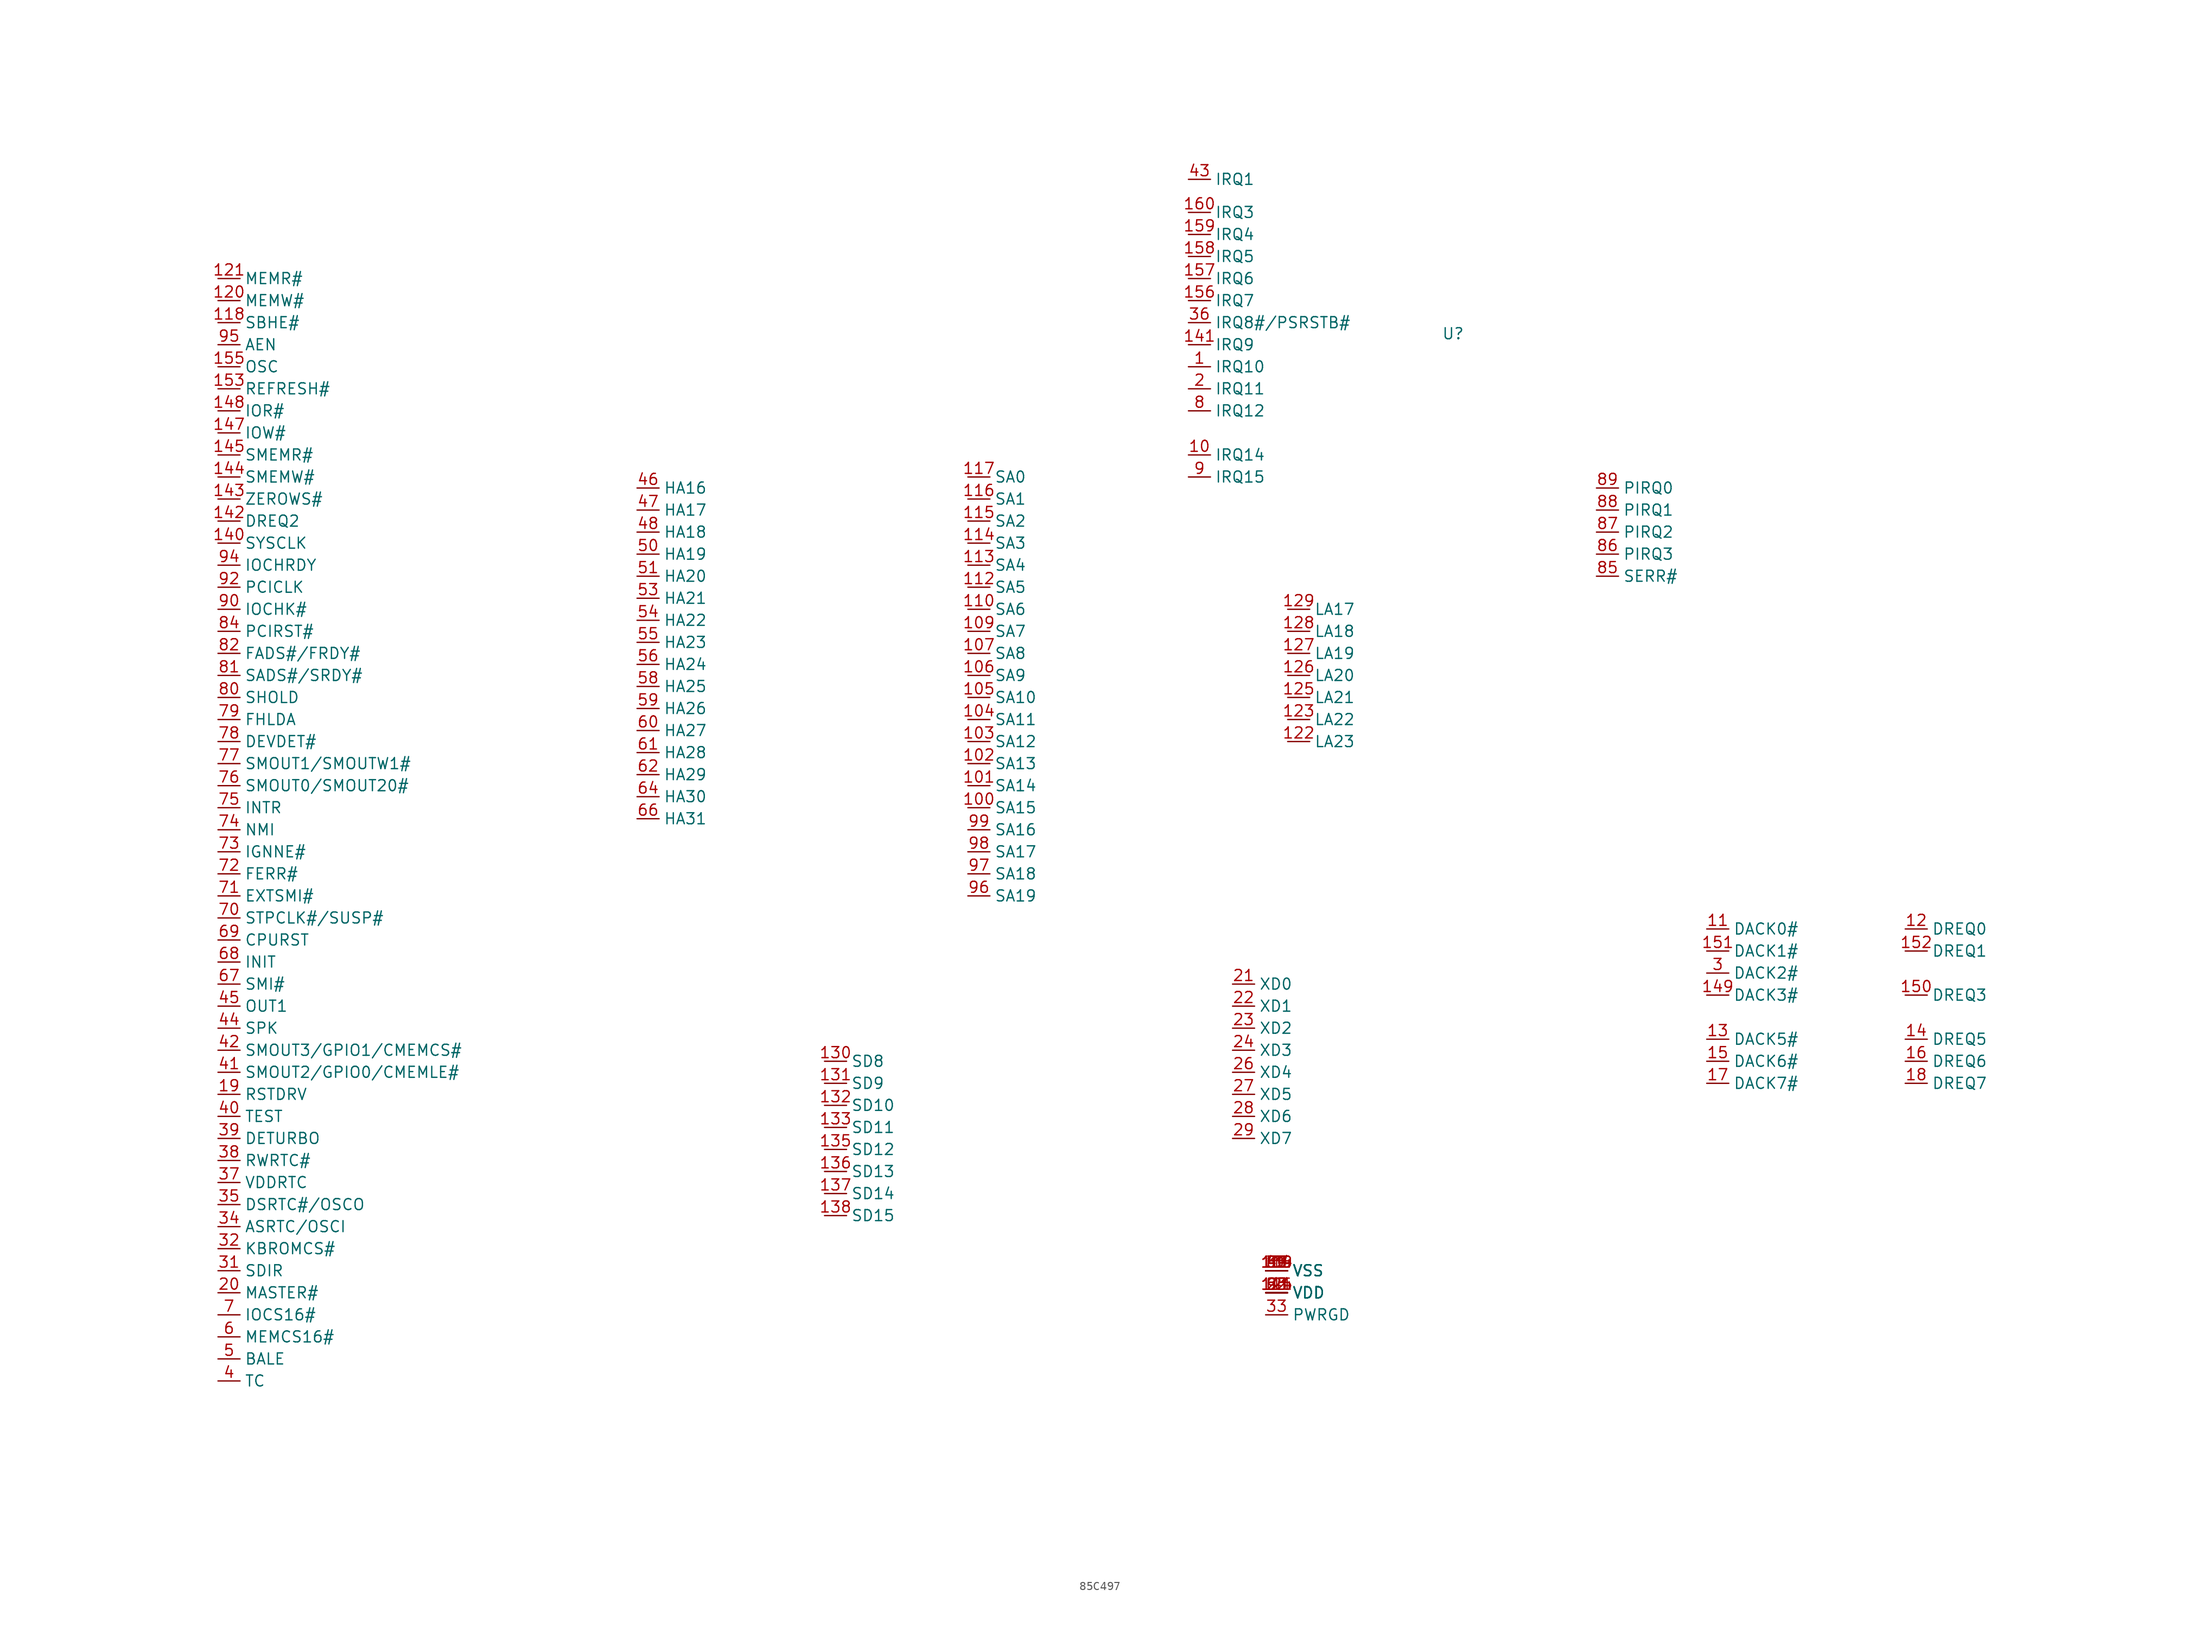
<source format=kicad_sym>
(kicad_symbol_lib
  (version 20241209)
  (generator "kicad_symbol_editor")
  (generator_version "9.0")
  (symbol "85C497"
    (property "Reference" "U"
      (at 142.24 128.27 0)
      (effects (font (size 1.27 1.27))))
    (property "Value" ""
      (at 0 0 0)
      (effects (font (size 1.27 1.27))))
    (symbol "85C497_0_0"
      (pin unspecified line (at 0 134.62 0) (length 2.54) (name "MEMR#" (effects (font (size 1.27 1.27)))) (number "121" (effects (font (size 1.27 1.27)))))
      (pin unspecified line (at 0 132.08 0) (length 2.54) (name "MEMW#" (effects (font (size 1.27 1.27)))) (number "120" (effects (font (size 1.27 1.27)))))
      (pin unspecified line (at 0 129.54 0) (length 2.54) (name "SBHE#" (effects (font (size 1.27 1.27)))) (number "118" (effects (font (size 1.27 1.27)))))
      (pin unspecified line (at 0 127 0) (length 2.54) (name "AEN" (effects (font (size 1.27 1.27)))) (number "95" (effects (font (size 1.27 1.27)))))
      (pin unspecified line (at 0 124.46 0) (length 2.54) (name "OSC" (effects (font (size 1.27 1.27)))) (number "155" (effects (font (size 1.27 1.27)))))
      (pin unspecified line (at 0 121.92 0) (length 2.54) (name "REFRESH#" (effects (font (size 1.27 1.27)))) (number "153" (effects (font (size 1.27 1.27)))))
      (pin unspecified line (at 0 119.38 0) (length 2.54) (name "IOR#" (effects (font (size 1.27 1.27)))) (number "148" (effects (font (size 1.27 1.27)))))
      (pin unspecified line (at 0 116.84 0) (length 2.54) (name "IOW#" (effects (font (size 1.27 1.27)))) (number "147" (effects (font (size 1.27 1.27)))))
      (pin unspecified line (at 0 114.3 0) (length 2.54) (name "SMEMR#" (effects (font (size 1.27 1.27)))) (number "145" (effects (font (size 1.27 1.27)))))
      (pin unspecified line (at 0 111.76 0) (length 2.54) (name "SMEMW#" (effects (font (size 1.27 1.27)))) (number "144" (effects (font (size 1.27 1.27)))))
      (pin unspecified line (at 0 109.22 0) (length 2.54) (name "ZEROWS#" (effects (font (size 1.27 1.27)))) (number "143" (effects (font (size 1.27 1.27)))))
      (pin unspecified line (at 0 106.68 0) (length 2.54) (name "DREQ2" (effects (font (size 1.27 1.27)))) (number "142" (effects (font (size 1.27 1.27)))))
      (pin unspecified line (at 0 104.14 0) (length 2.54) (name "SYSCLK" (effects (font (size 1.27 1.27)))) (number "140" (effects (font (size 1.27 1.27)))))
      (pin unspecified line (at 0 101.6 0) (length 2.54) (name "IOCHRDY" (effects (font (size 1.27 1.27)))) (number "94" (effects (font (size 1.27 1.27)))))
      (pin unspecified line (at 0 99.06 0) (length 2.54) (name "PCICLK" (effects (font (size 1.27 1.27)))) (number "92" (effects (font (size 1.27 1.27)))))
      (pin unspecified line (at 0 96.52 0) (length 2.54) (name "IOCHK#" (effects (font (size 1.27 1.27)))) (number "90" (effects (font (size 1.27 1.27)))))
      (pin unspecified line (at 0 93.98 0) (length 2.54) (name "PCIRST#" (effects (font (size 1.27 1.27)))) (number "84" (effects (font (size 1.27 1.27)))))
      (pin unspecified line (at 0 91.44 0) (length 2.54) (name "FADS#/FRDY#" (effects (font (size 1.27 1.27)))) (number "82" (effects (font (size 1.27 1.27)))))
      (pin unspecified line (at 0 88.9 0) (length 2.54) (name "SADS#/SRDY#" (effects (font (size 1.27 1.27)))) (number "81" (effects (font (size 1.27 1.27)))))
      (pin unspecified line (at 0 86.36 0) (length 2.54) (name "SHOLD" (effects (font (size 1.27 1.27)))) (number "80" (effects (font (size 1.27 1.27)))))
      (pin unspecified line (at 0 83.82 0) (length 2.54) (name "FHLDA" (effects (font (size 1.27 1.27)))) (number "79" (effects (font (size 1.27 1.27)))))
      (pin unspecified line (at 0 81.28 0) (length 2.54) (name "DEVDET#" (effects (font (size 1.27 1.27)))) (number "78" (effects (font (size 1.27 1.27)))))
      (pin unspecified line (at 0 78.74 0) (length 2.54) (name "SMOUT1/SMOUTW1#" (effects (font (size 1.27 1.27)))) (number "77" (effects (font (size 1.27 1.27)))))
      (pin unspecified line (at 0 76.2 0) (length 2.54) (name "SMOUT0/SMOUT20#" (effects (font (size 1.27 1.27)))) (number "76" (effects (font (size 1.27 1.27)))))
      (pin unspecified line (at 0 73.66 0) (length 2.54) (name "INTR" (effects (font (size 1.27 1.27)))) (number "75" (effects (font (size 1.27 1.27)))))
      (pin unspecified line (at 0 71.12 0) (length 2.54) (name "NMI" (effects (font (size 1.27 1.27)))) (number "74" (effects (font (size 1.27 1.27)))))
      (pin unspecified line (at 0 68.58 0) (length 2.54) (name "IGNNE#" (effects (font (size 1.27 1.27)))) (number "73" (effects (font (size 1.27 1.27)))))
      (pin unspecified line (at 0 66.04 0) (length 2.54) (name "FERR#" (effects (font (size 1.27 1.27)))) (number "72" (effects (font (size 1.27 1.27)))))
      (pin unspecified line (at 0 63.5 0) (length 2.54) (name "EXTSMI#" (effects (font (size 1.27 1.27)))) (number "71" (effects (font (size 1.27 1.27)))))
      (pin unspecified line (at 0 60.96 0) (length 2.54) (name "STPCLK#/SUSP#" (effects (font (size 1.27 1.27)))) (number "70" (effects (font (size 1.27 1.27)))))
      (pin unspecified line (at 0 58.42 0) (length 2.54) (name "CPURST" (effects (font (size 1.27 1.27)))) (number "69" (effects (font (size 1.27 1.27)))))
      (pin unspecified line (at 0 55.88 0) (length 2.54) (name "INIT" (effects (font (size 1.27 1.27)))) (number "68" (effects (font (size 1.27 1.27)))))
      (pin unspecified line (at 0 53.34 0) (length 2.54) (name "SMI#" (effects (font (size 1.27 1.27)))) (number "67" (effects (font (size 1.27 1.27)))))
      (pin unspecified line (at 0 50.8 0) (length 2.54) (name "OUT1" (effects (font (size 1.27 1.27)))) (number "45" (effects (font (size 1.27 1.27)))))
      (pin unspecified line (at 0 48.26 0) (length 2.54) (name "SPK" (effects (font (size 1.27 1.27)))) (number "44" (effects (font (size 1.27 1.27)))))
      (pin unspecified line (at 0 45.72 0) (length 2.54) (name "SMOUT3/GPIO1/CMEMCS#" (effects (font (size 1.27 1.27)))) (number "42" (effects (font (size 1.27 1.27)))))
      (pin unspecified line (at 0 43.18 0) (length 2.54) (name "SMOUT2/GPIO0/CMEMLE#" (effects (font (size 1.27 1.27)))) (number "41" (effects (font (size 1.27 1.27)))))
      (pin unspecified line (at 0 40.64 0) (length 2.54) (name "RSTDRV" (effects (font (size 1.27 1.27)))) (number "19" (effects (font (size 1.27 1.27)))))
      (pin unspecified line (at 0 38.1 0) (length 2.54) (name "TEST" (effects (font (size 1.27 1.27)))) (number "40" (effects (font (size 1.27 1.27)))))
      (pin unspecified line (at 0 35.56 0) (length 2.54) (name "DETURBO" (effects (font (size 1.27 1.27)))) (number "39" (effects (font (size 1.27 1.27)))))
      (pin unspecified line (at 0 33.02 0) (length 2.54) (name "RWRTC#" (effects (font (size 1.27 1.27)))) (number "38" (effects (font (size 1.27 1.27)))))
      (pin unspecified line (at 0 30.48 0) (length 2.54) (name "VDDRTC" (effects (font (size 1.27 1.27)))) (number "37" (effects (font (size 1.27 1.27)))))
      (pin unspecified line (at 0 27.94 0) (length 2.54) (name "DSRTC#/OSCO" (effects (font (size 1.27 1.27)))) (number "35" (effects (font (size 1.27 1.27)))))
      (pin unspecified line (at 0 25.4 0) (length 2.54) (name "ASRTC/OSCI" (effects (font (size 1.27 1.27)))) (number "34" (effects (font (size 1.27 1.27)))))
      (pin unspecified line (at 0 22.86 0) (length 2.54) (name "KBROMCS#" (effects (font (size 1.27 1.27)))) (number "32" (effects (font (size 1.27 1.27)))))
      (pin unspecified line (at 0 20.32 0) (length 2.54) (name "SDIR" (effects (font (size 1.27 1.27)))) (number "31" (effects (font (size 1.27 1.27)))))
      (pin unspecified line (at 0 17.78 0) (length 2.54) (name "MASTER#" (effects (font (size 1.27 1.27)))) (number "20" (effects (font (size 1.27 1.27)))))
      (pin unspecified line (at 0 15.24 0) (length 2.54) (name "IOCS16#" (effects (font (size 1.27 1.27)))) (number "7" (effects (font (size 1.27 1.27)))))
      (pin unspecified line (at 0 12.7 0) (length 2.54) (name "MEMCS16#" (effects (font (size 1.27 1.27)))) (number "6" (effects (font (size 1.27 1.27)))))
      (pin unspecified line (at 0 10.16 0) (length 2.54) (name "BALE" (effects (font (size 1.27 1.27)))) (number "5" (effects (font (size 1.27 1.27)))))
      (pin unspecified line (at 0 7.62 0) (length 2.54) (name "TC" (effects (font (size 1.27 1.27)))) (number "4" (effects (font (size 1.27 1.27)))))
      (pin unspecified line (at 48.26 110.49 0) (length 2.54) (name "HA16" (effects (font (size 1.27 1.27)))) (number "46" (effects (font (size 1.27 1.27)))))
      (pin unspecified line (at 48.26 107.95 0) (length 2.54) (name "HA17" (effects (font (size 1.27 1.27)))) (number "47" (effects (font (size 1.27 1.27)))))
      (pin unspecified line (at 48.26 105.41 0) (length 2.54) (name "HA18" (effects (font (size 1.27 1.27)))) (number "48" (effects (font (size 1.27 1.27)))))
      (pin unspecified line (at 48.26 102.87 0) (length 2.54) (name "HA19" (effects (font (size 1.27 1.27)))) (number "50" (effects (font (size 1.27 1.27)))))
      (pin unspecified line (at 48.26 100.33 0) (length 2.54) (name "HA20" (effects (font (size 1.27 1.27)))) (number "51" (effects (font (size 1.27 1.27)))))
      (pin unspecified line (at 48.26 97.79 0) (length 2.54) (name "HA21" (effects (font (size 1.27 1.27)))) (number "53" (effects (font (size 1.27 1.27)))))
      (pin unspecified line (at 48.26 95.25 0) (length 2.54) (name "HA22" (effects (font (size 1.27 1.27)))) (number "54" (effects (font (size 1.27 1.27)))))
      (pin unspecified line (at 48.26 92.71 0) (length 2.54) (name "HA23" (effects (font (size 1.27 1.27)))) (number "55" (effects (font (size 1.27 1.27)))))
      (pin unspecified line (at 48.26 90.17 0) (length 2.54) (name "HA24" (effects (font (size 1.27 1.27)))) (number "56" (effects (font (size 1.27 1.27)))))
      (pin unspecified line (at 48.26 87.63 0) (length 2.54) (name "HA25" (effects (font (size 1.27 1.27)))) (number "58" (effects (font (size 1.27 1.27)))))
      (pin unspecified line (at 48.26 85.09 0) (length 2.54) (name "HA26" (effects (font (size 1.27 1.27)))) (number "59" (effects (font (size 1.27 1.27)))))
      (pin unspecified line (at 48.26 82.55 0) (length 2.54) (name "HA27" (effects (font (size 1.27 1.27)))) (number "60" (effects (font (size 1.27 1.27)))))
      (pin unspecified line (at 48.26 80.01 0) (length 2.54) (name "HA28" (effects (font (size 1.27 1.27)))) (number "61" (effects (font (size 1.27 1.27)))))
      (pin unspecified line (at 48.26 77.47 0) (length 2.54) (name "HA29" (effects (font (size 1.27 1.27)))) (number "62" (effects (font (size 1.27 1.27)))))
      (pin unspecified line (at 48.26 74.93 0) (length 2.54) (name "HA30" (effects (font (size 1.27 1.27)))) (number "64" (effects (font (size 1.27 1.27)))))
      (pin unspecified line (at 48.26 72.39 0) (length 2.54) (name "HA31" (effects (font (size 1.27 1.27)))) (number "66" (effects (font (size 1.27 1.27)))))
      (pin unspecified line (at 69.85 44.45 0) (length 2.54) (name "SD8" (effects (font (size 1.27 1.27)))) (number "130" (effects (font (size 1.27 1.27)))))
      (pin unspecified line (at 69.85 41.91 0) (length 2.54) (name "SD9" (effects (font (size 1.27 1.27)))) (number "131" (effects (font (size 1.27 1.27)))))
      (pin unspecified line (at 69.85 39.37 0) (length 2.54) (name "SD10" (effects (font (size 1.27 1.27)))) (number "132" (effects (font (size 1.27 1.27)))))
      (pin unspecified line (at 69.85 36.83 0) (length 2.54) (name "SD11" (effects (font (size 1.27 1.27)))) (number "133" (effects (font (size 1.27 1.27)))))
      (pin unspecified line (at 69.85 34.29 0) (length 2.54) (name "SD12" (effects (font (size 1.27 1.27)))) (number "135" (effects (font (size 1.27 1.27)))))
      (pin unspecified line (at 69.85 31.75 0) (length 2.54) (name "SD13" (effects (font (size 1.27 1.27)))) (number "136" (effects (font (size 1.27 1.27)))))
      (pin unspecified line (at 69.85 29.21 0) (length 2.54) (name "SD14" (effects (font (size 1.27 1.27)))) (number "137" (effects (font (size 1.27 1.27)))))
      (pin unspecified line (at 69.85 26.67 0) (length 2.54) (name "SD15" (effects (font (size 1.27 1.27)))) (number "138" (effects (font (size 1.27 1.27)))))
      (pin unspecified line (at 86.36 111.76 0) (length 2.54) (name "SA0" (effects (font (size 1.27 1.27)))) (number "117" (effects (font (size 1.27 1.27)))))
      (pin unspecified line (at 86.36 109.22 0) (length 2.54) (name "SA1" (effects (font (size 1.27 1.27)))) (number "116" (effects (font (size 1.27 1.27)))))
      (pin unspecified line (at 86.36 106.68 0) (length 2.54) (name "SA2" (effects (font (size 1.27 1.27)))) (number "115" (effects (font (size 1.27 1.27)))))
      (pin unspecified line (at 86.36 104.14 0) (length 2.54) (name "SA3" (effects (font (size 1.27 1.27)))) (number "114" (effects (font (size 1.27 1.27)))))
      (pin unspecified line (at 86.36 101.6 0) (length 2.54) (name "SA4" (effects (font (size 1.27 1.27)))) (number "113" (effects (font (size 1.27 1.27)))))
      (pin unspecified line (at 86.36 99.06 0) (length 2.54) (name "SA5" (effects (font (size 1.27 1.27)))) (number "112" (effects (font (size 1.27 1.27)))))
      (pin unspecified line (at 86.36 96.52 0) (length 2.54) (name "SA6" (effects (font (size 1.27 1.27)))) (number "110" (effects (font (size 1.27 1.27)))))
      (pin unspecified line (at 86.36 93.98 0) (length 2.54) (name "SA7" (effects (font (size 1.27 1.27)))) (number "109" (effects (font (size 1.27 1.27)))))
      (pin unspecified line (at 86.36 91.44 0) (length 2.54) (name "SA8" (effects (font (size 1.27 1.27)))) (number "107" (effects (font (size 1.27 1.27)))))
      (pin unspecified line (at 86.36 88.9 0) (length 2.54) (name "SA9" (effects (font (size 1.27 1.27)))) (number "106" (effects (font (size 1.27 1.27)))))
      (pin unspecified line (at 86.36 86.36 0) (length 2.54) (name "SA10" (effects (font (size 1.27 1.27)))) (number "105" (effects (font (size 1.27 1.27)))))
      (pin unspecified line (at 86.36 83.82 0) (length 2.54) (name "SA11" (effects (font (size 1.27 1.27)))) (number "104" (effects (font (size 1.27 1.27)))))
      (pin unspecified line (at 86.36 81.28 0) (length 2.54) (name "SA12" (effects (font (size 1.27 1.27)))) (number "103" (effects (font (size 1.27 1.27)))))
      (pin unspecified line (at 86.36 78.74 0) (length 2.54) (name "SA13" (effects (font (size 1.27 1.27)))) (number "102" (effects (font (size 1.27 1.27)))))
      (pin unspecified line (at 86.36 76.2 0) (length 2.54) (name "SA14" (effects (font (size 1.27 1.27)))) (number "101" (effects (font (size 1.27 1.27)))))
      (pin unspecified line (at 86.36 73.66 0) (length 2.54) (name "SA15" (effects (font (size 1.27 1.27)))) (number "100" (effects (font (size 1.27 1.27)))))
      (pin unspecified line (at 86.36 71.12 0) (length 2.54) (name "SA16" (effects (font (size 1.27 1.27)))) (number "99" (effects (font (size 1.27 1.27)))))
      (pin unspecified line (at 86.36 68.58 0) (length 2.54) (name "SA17" (effects (font (size 1.27 1.27)))) (number "98" (effects (font (size 1.27 1.27)))))
      (pin unspecified line (at 86.36 66.04 0) (length 2.54) (name "SA18" (effects (font (size 1.27 1.27)))) (number "97" (effects (font (size 1.27 1.27)))))
      (pin unspecified line (at 86.36 63.5 0) (length 2.54) (name "SA19" (effects (font (size 1.27 1.27)))) (number "96" (effects (font (size 1.27 1.27)))))
      (pin unspecified line (at 111.76 146.05 0) (length 2.54) (name "IRQ1" (effects (font (size 1.27 1.27)))) (number "43" (effects (font (size 1.27 1.27)))))
      (pin unspecified line (at 111.76 142.24 0) (length 2.54) (name "IRQ3" (effects (font (size 1.27 1.27)))) (number "160" (effects (font (size 1.27 1.27)))))
      (pin unspecified line (at 111.76 139.7 0) (length 2.54) (name "IRQ4" (effects (font (size 1.27 1.27)))) (number "159" (effects (font (size 1.27 1.27)))))
      (pin unspecified line (at 111.76 137.16 0) (length 2.54) (name "IRQ5" (effects (font (size 1.27 1.27)))) (number "158" (effects (font (size 1.27 1.27)))))
      (pin unspecified line (at 111.76 134.62 0) (length 2.54) (name "IRQ6" (effects (font (size 1.27 1.27)))) (number "157" (effects (font (size 1.27 1.27)))))
      (pin unspecified line (at 111.76 132.08 0) (length 2.54) (name "IRQ7" (effects (font (size 1.27 1.27)))) (number "156" (effects (font (size 1.27 1.27)))))
      (pin unspecified line (at 111.76 129.54 0) (length 2.54) (name "IRQ8#/PSRSTB#" (effects (font (size 1.27 1.27)))) (number "36" (effects (font (size 1.27 1.27)))))
      (pin unspecified line (at 111.76 127 0) (length 2.54) (name "IRQ9" (effects (font (size 1.27 1.27)))) (number "141" (effects (font (size 1.27 1.27)))))
      (pin unspecified line (at 111.76 124.46 0) (length 2.54) (name "IRQ10" (effects (font (size 1.27 1.27)))) (number "1" (effects (font (size 1.27 1.27)))))
      (pin unspecified line (at 111.76 121.92 0) (length 2.54) (name "IRQ11" (effects (font (size 1.27 1.27)))) (number "2" (effects (font (size 1.27 1.27)))))
      (pin unspecified line (at 111.76 119.38 0) (length 2.54) (name "IRQ12" (effects (font (size 1.27 1.27)))) (number "8" (effects (font (size 1.27 1.27)))))
      (pin unspecified line (at 111.76 114.3 0) (length 2.54) (name "IRQ14" (effects (font (size 1.27 1.27)))) (number "10" (effects (font (size 1.27 1.27)))))
      (pin unspecified line (at 111.76 111.76 0) (length 2.54) (name "IRQ15" (effects (font (size 1.27 1.27)))) (number "9" (effects (font (size 1.27 1.27)))))
      (pin unspecified line (at 116.84 53.34 0) (length 2.54) (name "XD0" (effects (font (size 1.27 1.27)))) (number "21" (effects (font (size 1.27 1.27)))))
      (pin unspecified line (at 116.84 50.8 0) (length 2.54) (name "XD1" (effects (font (size 1.27 1.27)))) (number "22" (effects (font (size 1.27 1.27)))))
      (pin unspecified line (at 116.84 48.26 0) (length 2.54) (name "XD2" (effects (font (size 1.27 1.27)))) (number "23" (effects (font (size 1.27 1.27)))))
      (pin unspecified line (at 116.84 45.72 0) (length 2.54) (name "XD3" (effects (font (size 1.27 1.27)))) (number "24" (effects (font (size 1.27 1.27)))))
      (pin unspecified line (at 116.84 43.18 0) (length 2.54) (name "XD4" (effects (font (size 1.27 1.27)))) (number "26" (effects (font (size 1.27 1.27)))))
      (pin unspecified line (at 116.84 40.64 0) (length 2.54) (name "XD5" (effects (font (size 1.27 1.27)))) (number "27" (effects (font (size 1.27 1.27)))))
      (pin unspecified line (at 116.84 38.1 0) (length 2.54) (name "XD6" (effects (font (size 1.27 1.27)))) (number "28" (effects (font (size 1.27 1.27)))))
      (pin unspecified line (at 116.84 35.56 0) (length 2.54) (name "XD7" (effects (font (size 1.27 1.27)))) (number "29" (effects (font (size 1.27 1.27)))))
      (pin unspecified line (at 120.65 20.32 0) (length 2.54) (name "VSS" (effects (font (size 1.27 1.27)))) (number "108" (effects (font (size 1.27 1.27)))))
      (pin unspecified line (at 120.65 20.32 0) (length 2.54) (name "VSS" (effects (font (size 1.27 1.27)))) (number "119" (effects (font (size 1.27 1.27)))))
      (pin unspecified line (at 120.65 20.32 0) (length 2.54) (name "VSS" (effects (font (size 1.27 1.27)))) (number "134" (effects (font (size 1.27 1.27)))))
      (pin unspecified line (at 120.65 20.32 0) (length 2.54) (name "VSS" (effects (font (size 1.27 1.27)))) (number "139" (effects (font (size 1.27 1.27)))))
      (pin unspecified line (at 120.65 20.32 0) (length 2.54) (name "VSS" (effects (font (size 1.27 1.27)))) (number "154" (effects (font (size 1.27 1.27)))))
      (pin unspecified line (at 120.65 20.32 0) (length 2.54) (name "VSS" (effects (font (size 1.27 1.27)))) (number "30" (effects (font (size 1.27 1.27)))))
      (pin unspecified line (at 120.65 20.32 0) (length 2.54) (name "VSS" (effects (font (size 1.27 1.27)))) (number "49" (effects (font (size 1.27 1.27)))))
      (pin unspecified line (at 120.65 20.32 0) (length 2.54) (name "VSS" (effects (font (size 1.27 1.27)))) (number "57" (effects (font (size 1.27 1.27)))))
      (pin unspecified line (at 120.65 20.32 0) (length 2.54) (name "VSS" (effects (font (size 1.27 1.27)))) (number "65" (effects (font (size 1.27 1.27)))))
      (pin unspecified line (at 120.65 20.32 0) (length 2.54) (name "VSS" (effects (font (size 1.27 1.27)))) (number "83" (effects (font (size 1.27 1.27)))))
      (pin unspecified line (at 120.65 20.32 0) (length 2.54) (name "VSS" (effects (font (size 1.27 1.27)))) (number "91" (effects (font (size 1.27 1.27)))))
      (pin unspecified line (at 120.65 17.78 0) (length 2.54) (name "VDD" (effects (font (size 1.27 1.27)))) (number "111" (effects (font (size 1.27 1.27)))))
      (pin unspecified line (at 120.65 17.78 0) (length 2.54) (name "VDD" (effects (font (size 1.27 1.27)))) (number "124" (effects (font (size 1.27 1.27)))))
      (pin unspecified line (at 120.65 17.78 0) (length 2.54) (name "VDD" (effects (font (size 1.27 1.27)))) (number "146" (effects (font (size 1.27 1.27)))))
      (pin unspecified line (at 120.65 17.78 0) (length 2.54) (name "VDD" (effects (font (size 1.27 1.27)))) (number "25" (effects (font (size 1.27 1.27)))))
      (pin unspecified line (at 120.65 17.78 0) (length 2.54) (name "VDD" (effects (font (size 1.27 1.27)))) (number "52" (effects (font (size 1.27 1.27)))))
      (pin unspecified line (at 120.65 17.78 0) (length 2.54) (name "VDD" (effects (font (size 1.27 1.27)))) (number "63" (effects (font (size 1.27 1.27)))))
      (pin unspecified line (at 120.65 17.78 0) (length 2.54) (name "VDD" (effects (font (size 1.27 1.27)))) (number "93" (effects (font (size 1.27 1.27)))))
      (pin unspecified line (at 120.65 15.24 0) (length 2.54) (name "PWRGD" (effects (font (size 1.27 1.27)))) (number "33" (effects (font (size 1.27 1.27)))))
      (pin unspecified line (at 123.19 96.52 0) (length 2.54) (name "LA17" (effects (font (size 1.27 1.27)))) (number "129" (effects (font (size 1.27 1.27)))))
      (pin unspecified line (at 123.19 93.98 0) (length 2.54) (name "LA18" (effects (font (size 1.27 1.27)))) (number "128" (effects (font (size 1.27 1.27)))))
      (pin unspecified line (at 123.19 91.44 0) (length 2.54) (name "LA19" (effects (font (size 1.27 1.27)))) (number "127" (effects (font (size 1.27 1.27)))))
      (pin unspecified line (at 123.19 88.9 0) (length 2.54) (name "LA20" (effects (font (size 1.27 1.27)))) (number "126" (effects (font (size 1.27 1.27)))))
      (pin unspecified line (at 123.19 86.36 0) (length 2.54) (name "LA21" (effects (font (size 1.27 1.27)))) (number "125" (effects (font (size 1.27 1.27)))))
      (pin unspecified line (at 123.19 83.82 0) (length 2.54) (name "LA22" (effects (font (size 1.27 1.27)))) (number "123" (effects (font (size 1.27 1.27)))))
      (pin unspecified line (at 123.19 81.28 0) (length 2.54) (name "LA23" (effects (font (size 1.27 1.27)))) (number "122" (effects (font (size 1.27 1.27)))))
      (pin unspecified line (at 158.75 110.49 0) (length 2.54) (name "PIRQ0" (effects (font (size 1.27 1.27)))) (number "89" (effects (font (size 1.27 1.27)))))
      (pin unspecified line (at 158.75 107.95 0) (length 2.54) (name "PIRQ1" (effects (font (size 1.27 1.27)))) (number "88" (effects (font (size 1.27 1.27)))))
      (pin unspecified line (at 158.75 105.41 0) (length 2.54) (name "PIRQ2" (effects (font (size 1.27 1.27)))) (number "87" (effects (font (size 1.27 1.27)))))
      (pin unspecified line (at 158.75 102.87 0) (length 2.54) (name "PIRQ3" (effects (font (size 1.27 1.27)))) (number "86" (effects (font (size 1.27 1.27)))))
      (pin unspecified line (at 158.75 100.33 0) (length 2.54) (name "SERR#" (effects (font (size 1.27 1.27)))) (number "85" (effects (font (size 1.27 1.27)))))
      (pin unspecified line (at 171.45 59.69 0) (length 2.54) (name "DACK0#" (effects (font (size 1.27 1.27)))) (number "11" (effects (font (size 1.27 1.27)))))
      (pin unspecified line (at 171.45 57.15 0) (length 2.54) (name "DACK1#" (effects (font (size 1.27 1.27)))) (number "151" (effects (font (size 1.27 1.27)))))
      (pin unspecified line (at 171.45 54.61 0) (length 2.54) (name "DACK2#" (effects (font (size 1.27 1.27)))) (number "3" (effects (font (size 1.27 1.27)))))
      (pin unspecified line (at 171.45 52.07 0) (length 2.54) (name "DACK3#" (effects (font (size 1.27 1.27)))) (number "149" (effects (font (size 1.27 1.27)))))
      (pin unspecified line (at 171.45 46.99 0) (length 2.54) (name "DACK5#" (effects (font (size 1.27 1.27)))) (number "13" (effects (font (size 1.27 1.27)))))
      (pin unspecified line (at 171.45 44.45 0) (length 2.54) (name "DACK6#" (effects (font (size 1.27 1.27)))) (number "15" (effects (font (size 1.27 1.27)))))
      (pin unspecified line (at 171.45 41.91 0) (length 2.54) (name "DACK7#" (effects (font (size 1.27 1.27)))) (number "17" (effects (font (size 1.27 1.27)))))
      (pin unspecified line (at 194.31 59.69 0) (length 2.54) (name "DREQ0" (effects (font (size 1.27 1.27)))) (number "12" (effects (font (size 1.27 1.27)))))
      (pin unspecified line (at 194.31 57.15 0) (length 2.54) (name "DREQ1" (effects (font (size 1.27 1.27)))) (number "152" (effects (font (size 1.27 1.27)))))
      (pin unspecified line (at 194.31 52.07 0) (length 2.54) (name "DREQ3" (effects (font (size 1.27 1.27)))) (number "150" (effects (font (size 1.27 1.27)))))
      (pin unspecified line (at 194.31 46.99 0) (length 2.54) (name "DREQ5" (effects (font (size 1.27 1.27)))) (number "14" (effects (font (size 1.27 1.27)))))
      (pin unspecified line (at 194.31 44.45 0) (length 2.54) (name "DREQ6" (effects (font (size 1.27 1.27)))) (number "16" (effects (font (size 1.27 1.27)))))
      (pin unspecified line (at 194.31 41.91 0) (length 2.54) (name "DREQ7" (effects (font (size 1.27 1.27)))) (number "18" (effects (font (size 1.27 1.27))))))))
</source>
